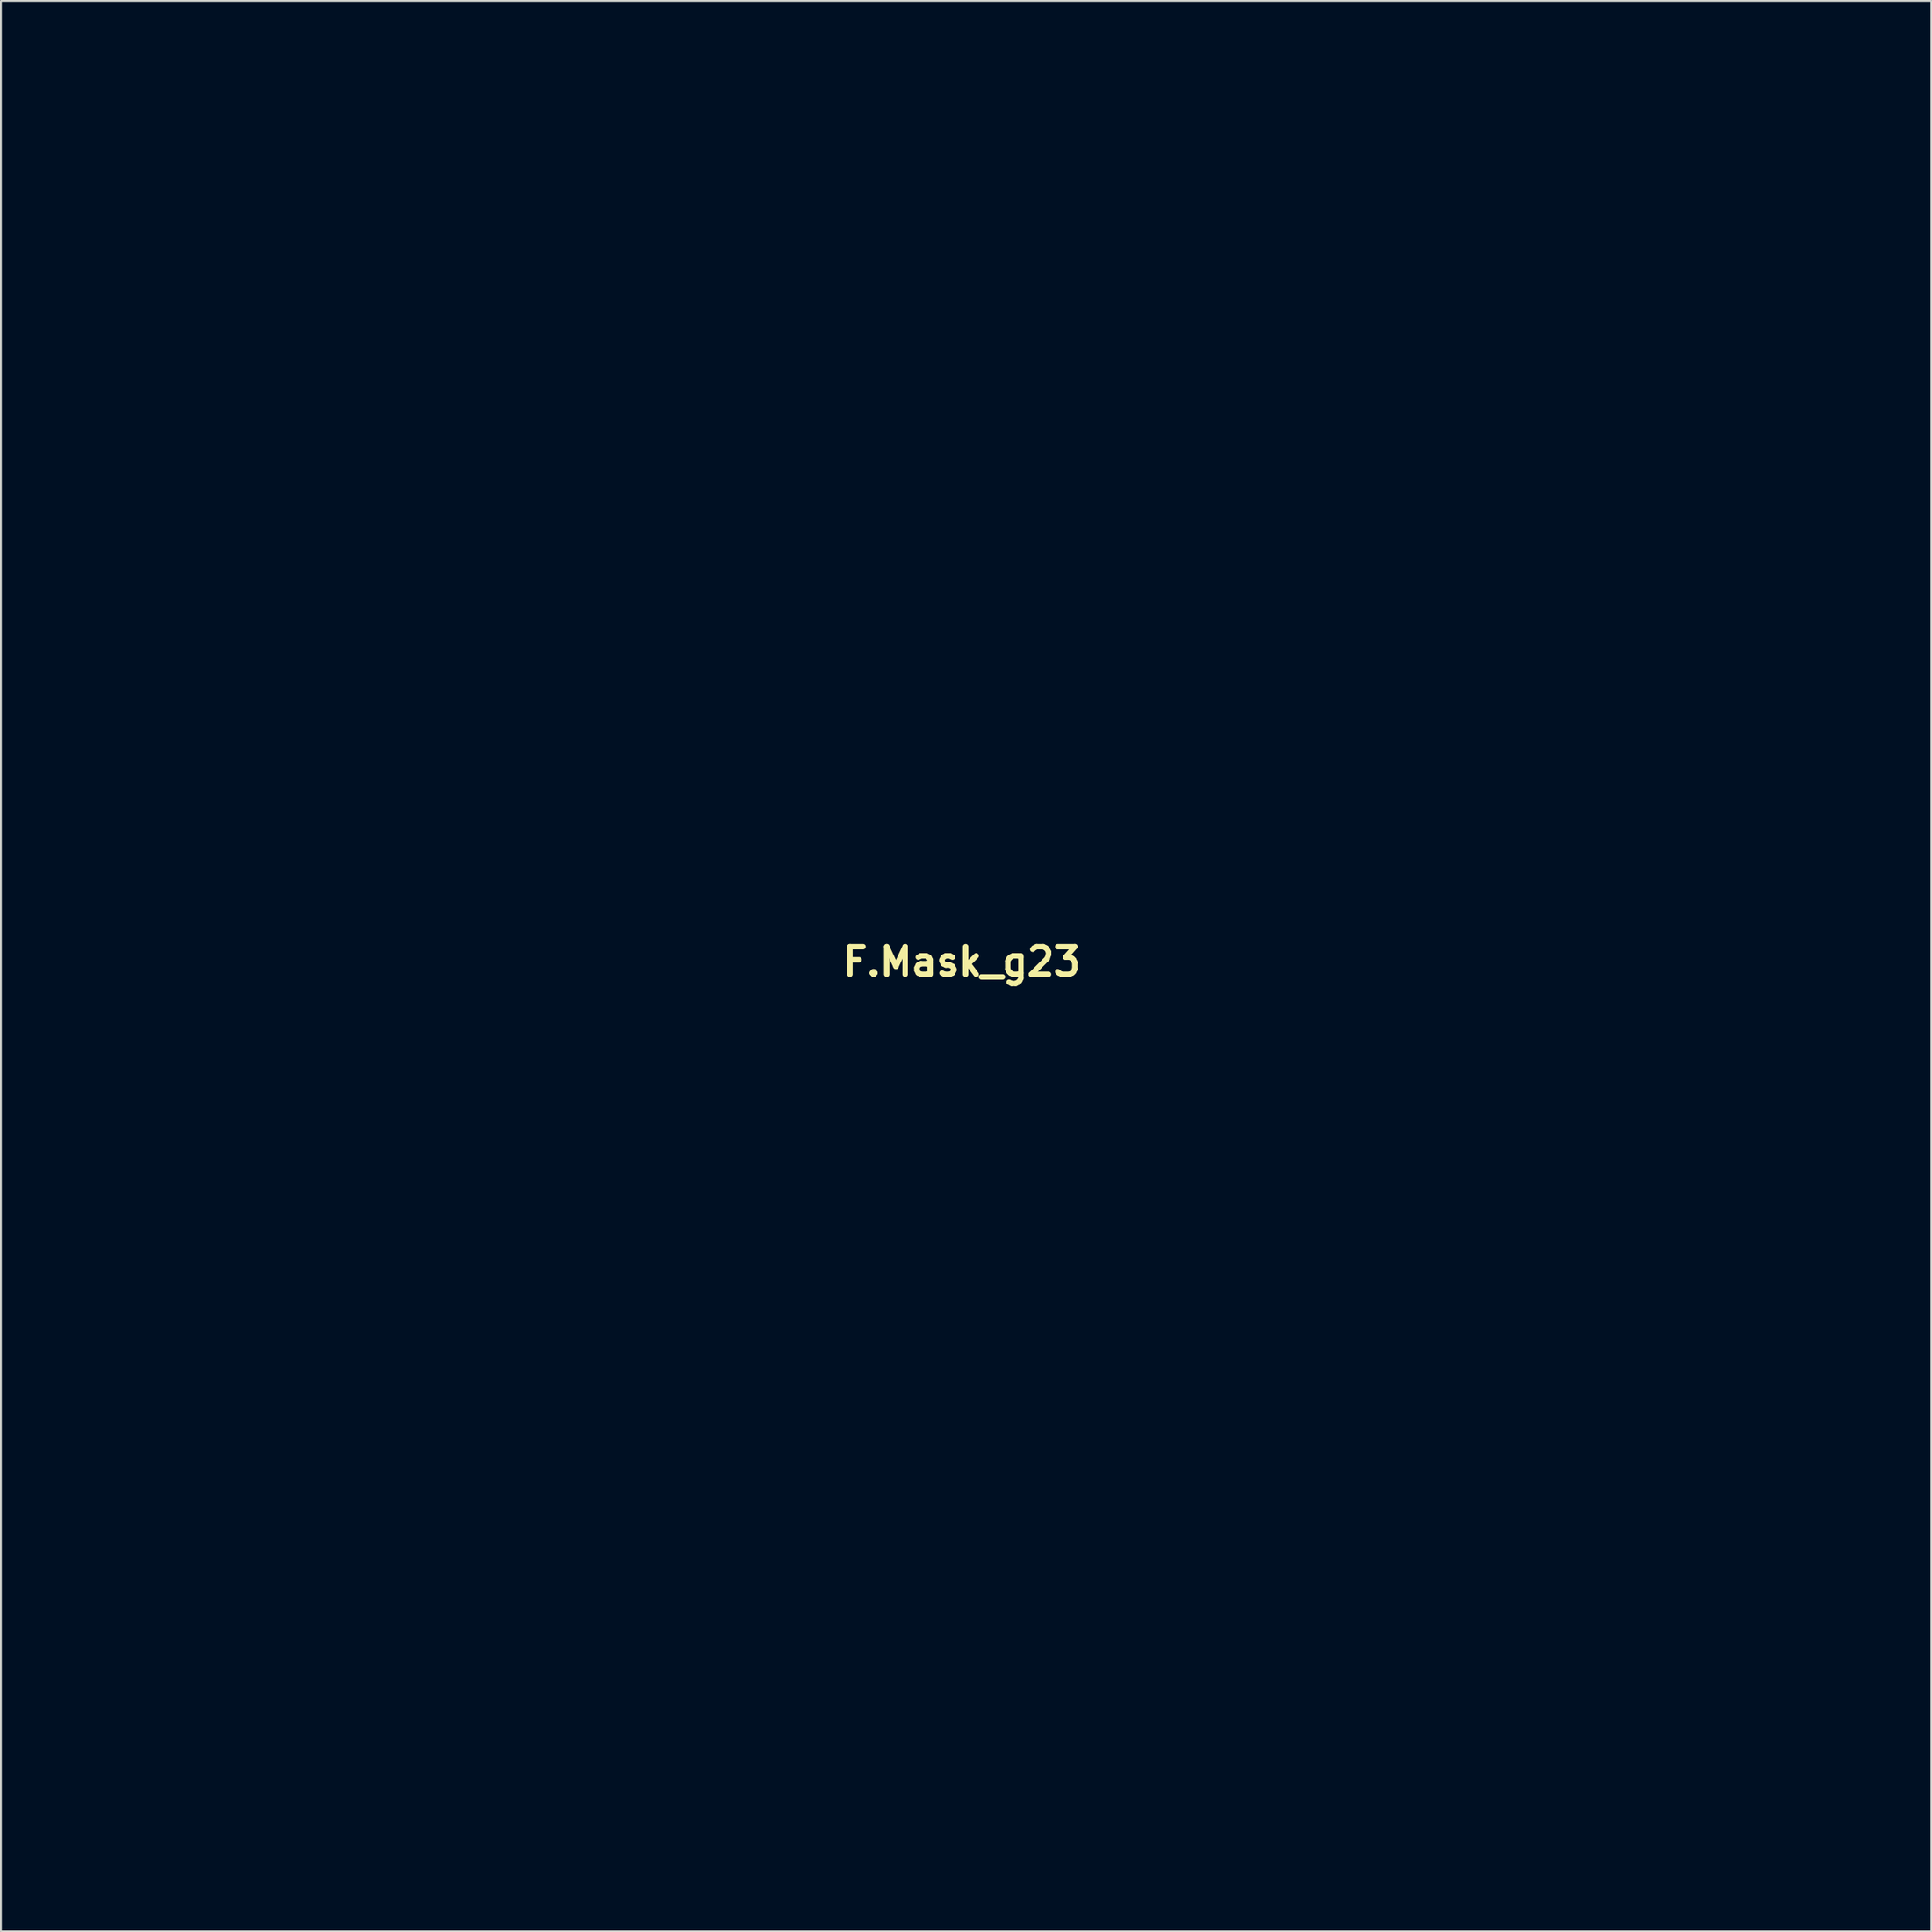
<source format=kicad_pcb>
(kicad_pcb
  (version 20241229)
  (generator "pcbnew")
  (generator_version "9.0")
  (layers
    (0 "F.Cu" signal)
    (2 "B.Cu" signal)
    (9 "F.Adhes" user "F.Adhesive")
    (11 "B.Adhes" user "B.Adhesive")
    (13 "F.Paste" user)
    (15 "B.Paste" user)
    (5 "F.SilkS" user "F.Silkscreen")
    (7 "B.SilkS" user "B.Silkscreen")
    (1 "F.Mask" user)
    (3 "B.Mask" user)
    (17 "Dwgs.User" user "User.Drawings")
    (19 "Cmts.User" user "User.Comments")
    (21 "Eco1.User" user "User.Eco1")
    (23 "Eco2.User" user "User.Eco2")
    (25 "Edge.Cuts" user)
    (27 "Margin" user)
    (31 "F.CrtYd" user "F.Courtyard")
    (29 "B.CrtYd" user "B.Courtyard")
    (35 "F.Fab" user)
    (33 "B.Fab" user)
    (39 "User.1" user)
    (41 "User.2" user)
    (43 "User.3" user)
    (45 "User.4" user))
  (footprint "F.Mask_g23"
    (layer "F.Cu")
    (at 50.015 50.019)
    (property "Reference" "F.Mask_g23" (at 0 0 0) (layer "F.SilkS") (effects (font (size 1.524 1.524) (thickness 0.3))))
    (attr through_hole)
    (fp_poly (pts (xy 10.111 -15.165) (xy 10.38 -14.652) (xy 10.622 -14.13) (xy 10.834 -13.605) (xy 11.017 -13.081) (xy 11.167 -12.564) (xy 11.283 -12.058) (xy 11.356 -11.62) (xy 11.376 -11.441) (xy 11.391 -11.236) (xy 11.4 -11.019) (xy 11.405 -10.802) (xy 11.403 -10.597) (xy 11.395 -10.416) (xy 11.389 -10.351) (xy 11.331 -9.926) (xy 11.24 -9.527) (xy 11.114 -9.15) (xy 10.953 -8.794) (xy 10.754 -8.454) (xy 10.518 -8.13) (xy 10.242 -7.818) (xy 10.157 -7.732) (xy 9.786 -7.393) (xy 9.398 -7.094) (xy 8.992 -6.832) (xy 8.567 -6.609) (xy 8.124 -6.424) (xy 7.663 -6.276) (xy 7.182 -6.167) (xy 6.773 -6.106) (xy 6.68 -6.098) (xy 6.555 -6.091) (xy 6.406 -6.085) (xy 6.242 -6.081) (xy 6.072 -6.078) (xy 5.904 -6.077) (xy 5.746 -6.078) (xy 5.608 -6.081) (xy 5.497 -6.085) (xy 5.44 -6.089) (xy 4.813 -6.176) (xy 4.2 -6.301) (xy 3.598 -6.466) (xy 3.005 -6.671) (xy 2.417 -6.917) (xy 2.145 -7.046) (xy 1.815 -7.208) (xy 5.899 -11.302) (xy 9.982 -15.396) (xy 10.111 -15.165)) (stroke (width 0.01) (type solid)) (fill yes) (layer "F.Mask"))
    (fp_poly (pts (xy -7.241 2.474) (xy -7.211 2.523) (xy -7.17 2.601) (xy -7.119 2.702) (xy -7.062 2.821) (xy -7.001 2.953) (xy -6.938 3.091) (xy -6.877 3.233) (xy -6.819 3.371) (xy -6.796 3.425) (xy -6.615 3.907) (xy -6.458 4.397) (xy -6.326 4.887) (xy -6.222 5.37) (xy -6.147 5.839) (xy -6.115 6.121) (xy -6.105 6.271) (xy -6.1 6.449) (xy -6.099 6.645) (xy -6.101 6.85) (xy -6.108 7.054) (xy -6.117 7.247) (xy -6.13 7.419) (xy -6.146 7.56) (xy -6.148 7.578) (xy -6.237 8.031) (xy -6.364 8.465) (xy -6.529 8.881) (xy -6.731 9.277) (xy -6.97 9.652) (xy -7.246 10.007) (xy -7.559 10.34) (xy -7.591 10.372) (xy -7.967 10.704) (xy -8.361 10.999) (xy -8.774 11.255) (xy -9.205 11.473) (xy -9.654 11.653) (xy -10.12 11.795) (xy -10.604 11.898) (xy -11.106 11.963) (xy -11.624 11.989) (xy -12.118 11.979) (xy -12.653 11.932) (xy -13.204 11.846) (xy -13.771 11.721) (xy -13.843 11.703) (xy -13.993 11.662) (xy -14.153 11.616) (xy -14.319 11.565) (xy -14.485 11.511) (xy -14.647 11.456) (xy -14.8 11.403) (xy -14.938 11.352) (xy -15.057 11.305) (xy -15.151 11.264) (xy -15.217 11.232) (xy -15.249 11.209) (xy -15.251 11.204) (xy -15.237 11.187) (xy -15.195 11.14) (xy -15.128 11.065) (xy -15.037 10.963) (xy -14.922 10.837) (xy -14.786 10.687) (xy -14.63 10.514) (xy -14.454 10.322) (xy -14.262 10.11) (xy -14.053 9.881) (xy -13.83 9.636) (xy -13.593 9.376) (xy -13.345 9.104) (xy -13.086 8.82) (xy -12.819 8.527) (xy -12.543 8.225) (xy -12.261 7.916) (xy -11.975 7.602) (xy -11.685 7.285) (xy -11.393 6.965) (xy -11.1 6.645) (xy -10.808 6.326) (xy -10.518 6.009) (xy -10.232 5.696) (xy -9.95 5.388) (xy -9.675 5.088) (xy -9.408 4.796) (xy -9.149 4.514) (xy -8.902 4.243) (xy -8.666 3.986) (xy -8.443 3.743) (xy -8.235 3.517) (xy -8.044 3.308) (xy -7.869 3.119) (xy -7.714 2.95) (xy -7.579 2.803) (xy -7.466 2.681) (xy -7.375 2.583) (xy -7.31 2.513) (xy -7.27 2.471) (xy -7.257 2.459) (xy -7.241 2.474)) (stroke (width 0.01) (type solid)) (fill yes) (layer "F.Mask"))
    (fp_poly (pts (xy -18.385 -50.014) (xy -16.99 -50.014) (xy -15.555 -50.014) (xy -14.081 -50.014) (xy -12.566 -50.014) (xy -11.012 -50.014) (xy -9.417 -50.014) (xy -7.782 -50.014) (xy -6.105 -50.013) (xy -4.387 -50.013) (xy -2.628 -50.013) (xy -0.827 -50.013) (xy 0.497 -50.013) (xy 2.175 -50.012) (xy 3.812 -50.012) (xy 5.407 -50.012) (xy 6.961 -50.012) (xy 8.475 -50.011) (xy 9.949 -50.011) (xy 11.384 -50.011) (xy 12.781 -50.011) (xy 14.139 -50.011) (xy 15.46 -50.01) (xy 16.744 -50.01) (xy 17.991 -50.01) (xy 19.203 -50.01) (xy 20.379 -50.009) (xy 21.52 -50.009) (xy 22.626 -50.009) (xy 23.699 -50.009) (xy 24.738 -50.009) (xy 25.745 -50.008) (xy 26.72 -50.008) (xy 27.662 -50.008) (xy 28.574 -50.008) (xy 29.454 -50.007) (xy 30.305 -50.007) (xy 31.126 -50.007) (xy 31.918 -50.006) (xy 32.682 -50.006) (xy 33.417 -50.006) (xy 34.125 -50.005) (xy 34.806 -50.005) (xy 35.46 -50.005) (xy 36.089 -50.004) (xy 36.692 -50.004) (xy 37.271 -50.004) (xy 37.825 -50.003) (xy 38.355 -50.003) (xy 38.862 -50.002) (xy 39.347 -50.002) (xy 39.809 -50.002) (xy 40.249 -50.001) (xy 40.669 -50.001) (xy 41.068 -50) (xy 41.446 -50) (xy 41.806 -49.999) (xy 42.146 -49.999) (xy 42.468 -49.998) (xy 42.771 -49.997) (xy 43.058 -49.997) (xy 43.327 -49.996) (xy 43.58 -49.996) (xy 43.818 -49.995) (xy 44.04 -49.994) (xy 44.247 -49.993) (xy 44.44 -49.993) (xy 44.619 -49.992) (xy 44.785 -49.991) (xy 44.939 -49.99) (xy 45.08 -49.989) (xy 45.21 -49.989) (xy 45.329 -49.988) (xy 45.437 -49.987) (xy 45.535 -49.986) (xy 45.624 -49.985) (xy 45.703 -49.984) (xy 45.775 -49.983) (xy 45.838 -49.982) (xy 45.895 -49.981) (xy 45.944 -49.98) (xy 45.987 -49.978) (xy 46.024 -49.977) (xy 46.056 -49.976) (xy 46.084 -49.975) (xy 46.107 -49.974) (xy 46.127 -49.972) (xy 46.143 -49.971) (xy 46.157 -49.969) (xy 46.169 -49.968) (xy 46.175 -49.967) (xy 46.634 -49.882) (xy 47.077 -49.759) (xy 47.501 -49.6) (xy 47.905 -49.406) (xy 48.287 -49.178) (xy 48.645 -48.917) (xy 48.977 -48.625) (xy 49.283 -48.303) (xy 49.559 -47.952) (xy 49.804 -47.574) (xy 49.985 -47.237) (xy 50.146 -46.873) (xy 50.276 -46.502) (xy 50.376 -46.116) (xy 50.451 -45.705) (xy 50.465 -45.604) (xy 50.466 -45.574) (xy 50.467 -45.503) (xy 50.468 -45.391) (xy 50.469 -45.239) (xy 50.47 -45.048) (xy 50.471 -44.818) (xy 50.472 -44.551) (xy 50.473 -44.246) (xy 50.474 -43.905) (xy 50.475 -43.528) (xy 50.476 -43.116) (xy 50.477 -42.67) (xy 50.478 -42.191) (xy 50.479 -41.679) (xy 50.48 -41.136) (xy 50.48 -40.561) (xy 50.481 -39.956) (xy 50.482 -39.321) (xy 50.483 -38.657) (xy 50.483 -37.965) (xy 50.484 -37.246) (xy 50.485 -36.5) (xy 50.485 -35.728) (xy 50.486 -34.931) (xy 50.487 -34.11) (xy 50.487 -33.265) (xy 50.488 -32.397) (xy 50.488 -31.506) (xy 50.489 -30.595) (xy 50.489 -29.662) (xy 50.49 -28.71) (xy 50.49 -27.739) (xy 50.491 -26.749) (xy 50.491 -25.741) (xy 50.492 -24.717) (xy 50.492 -23.676) (xy 50.493 -22.62) (xy 50.493 -21.549) (xy 50.493 -20.464) (xy 50.494 -19.366) (xy 50.494 -18.255) (xy 50.494 -17.133) (xy 50.495 -16) (xy 50.495 -14.856) (xy 50.495 -13.703) (xy 50.495 -12.541) (xy 50.495 -11.372) (xy 50.496 -10.195) (xy 50.496 -9.011) (xy 50.496 -7.822) (xy 50.496 -6.628) (xy 50.496 -5.429) (xy 50.496 -4.227) (xy 50.496 -3.022) (xy 50.496 -1.815) (xy 50.496 -0.607) (xy 50.496 0.601) (xy 50.496 1.81) (xy 50.496 3.017) (xy 50.496 4.223) (xy 50.496 5.426) (xy 50.496 6.626) (xy 50.496 7.822) (xy 50.496 9.014) (xy 50.496 10.2) (xy 50.495 11.38) (xy 50.495 12.552) (xy 50.495 13.718) (xy 50.495 14.874) (xy 50.495 16.022) (xy 50.494 17.16) (xy 50.494 18.287) (xy 50.494 19.402) (xy 50.493 20.506) (xy 50.493 21.596) (xy 50.493 22.673) (xy 50.492 23.735) (xy 50.492 24.783) (xy 50.491 25.814) (xy 50.491 26.829) (xy 50.491 27.826) (xy 50.49 28.805) (xy 50.49 29.766) (xy 50.489 30.706) (xy 50.489 31.627) (xy 50.488 32.526) (xy 50.487 33.403) (xy 50.487 34.258) (xy 50.486 35.089) (xy 50.486 35.897) (xy 50.485 36.679) (xy 50.484 37.436) (xy 50.484 38.166) (xy 50.483 38.87) (xy 50.482 39.545) (xy 50.481 40.192) (xy 50.481 40.81) (xy 50.48 41.398) (xy 50.479 41.954) (xy 50.478 42.479) (xy 50.477 42.972) (xy 50.476 43.432) (xy 50.475 43.858) (xy 50.475 44.249) (xy 50.474 44.606) (xy 50.473 44.926) (xy 50.472 45.209) (xy 50.471 45.455) (xy 50.47 45.662) (xy 50.469 45.83) (xy 50.468 45.959) (xy 50.467 46.047) (xy 50.466 46.094) (xy 50.465 46.101) (xy 50.387 46.56) (xy 50.271 47.003) (xy 50.118 47.429) (xy 49.93 47.836) (xy 49.708 48.221) (xy 49.454 48.583) (xy 49.168 48.921) (xy 48.851 49.231) (xy 48.507 49.513) (xy 48.134 49.765) (xy 47.779 49.962) (xy 47.426 50.124) (xy 47.067 50.255) (xy 46.693 50.36) (xy 46.294 50.441) (xy 46.205 50.455) (xy 46.195 50.456) (xy 46.182 50.458) (xy 46.166 50.459) (xy 46.147 50.46) (xy 46.124 50.461) (xy 46.096 50.463) (xy 46.062 50.464) (xy 46.024 50.465) (xy 45.978 50.466) (xy 45.927 50.467) (xy 45.867 50.468) (xy 45.801 50.469) (xy 45.725 50.47) (xy 45.641 50.471) (xy 45.548 50.472) (xy 45.444 50.473) (xy 45.33 50.474) (xy 45.206 50.475) (xy 45.069 50.476) (xy 44.921 50.476) (xy 44.76 50.477) (xy 44.586 50.478) (xy 44.399 50.479) (xy 44.197 50.479) (xy 43.98 50.48) (xy 43.749 50.481) (xy 43.502 50.481) (xy 43.238 50.482) (xy 42.958 50.483) (xy 42.66 50.483) (xy 42.345 50.484) (xy 42.011 50.484) (xy 41.658 50.485) (xy 41.286 50.485) (xy 40.894 50.486) (xy 40.482 50.486) (xy 40.048 50.487) (xy 39.593 50.487) (xy 39.116 50.488) (xy 38.617 50.488) (xy 38.094 50.488) (xy 37.548 50.489) (xy 36.977 50.489) (xy 36.382 50.489) (xy 35.762 50.49) (xy 35.116 50.49) (xy 34.443 50.49) (xy 33.744 50.491) (xy 33.018 50.491) (xy 32.263 50.491) (xy 31.48 50.491) (xy 30.669 50.492) (xy 29.828 50.492) (xy 28.957 50.492) (xy 28.055 50.492) (xy 27.123 50.492) (xy 26.159 50.493) (xy 25.162 50.493) (xy 24.134 50.493) (xy 23.072 50.493) (xy 21.976 50.493) (xy 20.846 50.493) (xy 19.682 50.493) (xy 18.482 50.494) (xy 17.247 50.494) (xy 15.975 50.494) (xy 14.667 50.494) (xy 13.321 50.494) (xy 11.937 50.494) (xy 10.515 50.494) (xy 9.054 50.494) (xy 7.553 50.494) (xy 6.013 50.495) (xy 4.432 50.495) (xy 2.809 50.495) (xy 1.146 50.495) (xy 0.381 50.495) (xy -1.01 50.495) (xy -2.391 50.495) (xy -3.762 50.495) (xy -5.121 50.495) (xy -6.469 50.495) (xy -7.805 50.495) (xy -9.127 50.495) (xy -10.437 50.495) (xy -11.732 50.495) (xy -13.012 50.495) (xy -14.277 50.495) (xy -15.526 50.495) (xy -16.758 50.495) (xy -17.973 50.495) (xy -19.171 50.495) (xy -20.35 50.494) (xy -21.509 50.494) (xy -22.65 50.494) (xy -23.77 50.494) (xy -24.869 50.494) (xy -25.946 50.493) (xy -27.001 50.493) (xy -28.034 50.493) (xy -29.043 50.493) (xy -30.029 50.493) (xy -30.989 50.492) (xy -31.925 50.492) (xy -32.835 50.492) (xy -33.718 50.491) (xy -34.574 50.491) (xy -35.403 50.491) (xy -36.203 50.491) (xy -36.975 50.49) (xy -37.717 50.49) (xy -38.429 50.489) (xy -39.11 50.489) (xy -39.76 50.489) (xy -40.377 50.488) (xy -40.963 50.488) (xy -41.515 50.488) (xy -42.033 50.487) (xy -42.517 50.487) (xy -42.966 50.486) (xy -43.379 50.486) (xy -43.756 50.485) (xy -44.096 50.485) (xy -44.399 50.485) (xy -44.663 50.484) (xy -44.889 50.484) (xy -45.076 50.483) (xy -45.222 50.483) (xy -45.328 50.482) (xy -45.393 50.482) (xy -45.415 50.481) (xy -45.869 50.426) (xy -46.311 50.331) (xy -46.738 50.198) (xy -47.149 50.028) (xy -47.542 49.824) (xy -47.914 49.586) (xy -48.263 49.316) (xy -48.587 49.015) (xy -48.884 48.685) (xy -49.151 48.327) (xy -49.386 47.943) (xy -49.432 47.858) (xy -49.605 47.495) (xy -49.746 47.123) (xy -49.857 46.736) (xy -49.94 46.326) (xy -49.979 46.059) (xy -49.98 46.029) (xy -49.981 45.957) (xy -49.982 45.845) (xy -49.983 45.692) (xy -49.984 45.5) (xy -49.985 45.27) (xy -49.986 45.002) (xy -49.987 44.696) (xy -49.988 44.355) (xy -49.989 43.977) (xy -49.99 43.565) (xy -49.991 43.119) (xy -49.991 42.639) (xy -49.992 42.127) (xy -49.993 41.583) (xy -49.994 41.007) (xy -49.995 40.402) (xy -49.995 39.766) (xy -49.996 39.102) (xy -49.997 38.41) (xy -49.998 37.69) (xy -49.998 36.944) (xy -49.999 36.172) (xy -49.999 35.374) (xy -50 34.552) (xy -50.001 33.707) (xy -50.001 32.838) (xy -50.002 31.948) (xy -50.002 31.036) (xy -50.003 30.103) (xy -50.003 29.151) (xy -50.004 28.179) (xy -50.004 27.189) (xy -50.005 26.181) (xy -50.005 25.156) (xy -50.006 24.115) (xy -50.006 23.059) (xy -50.006 21.988) (xy -50.007 20.903) (xy -50.007 19.805) (xy -50.007 18.694) (xy -50.008 17.572) (xy -50.008 16.438) (xy -50.008 15.295) (xy -50.008 14.142) (xy -50.009 12.98) (xy -50.009 11.811) (xy -50.009 10.634) (xy -50.009 9.45) (xy -50.009 8.261) (xy -50.009 7.067) (xy -50.009 5.869) (xy -50.009 4.667) (xy -50.009 3.463) (xy -50.01 2.256) (xy -50.01 1.048) (xy -50.01 -0.16) (xy -50.009 -1.368) (xy -50.009 -1.828) (xy -47.985 -1.828) (xy -47.985 -0.15) (xy -47.985 0.242) (xy -47.985 1.937) (xy -47.985 3.59) (xy -47.985 5.202) (xy -47.985 6.773) (xy -47.985 8.304) (xy -47.985 9.795) (xy -47.985 11.247) (xy -47.985 12.66) (xy -47.985 14.035) (xy -47.984 15.372) (xy -47.984 16.672) (xy -47.984 17.935) (xy -47.984 19.162) (xy -47.984 20.354) (xy -47.984 21.51) (xy -47.984 22.632) (xy -47.984 23.719) (xy -47.984 24.773) (xy -47.984 25.794) (xy -47.983 26.782) (xy -47.983 27.739) (xy -47.983 28.663) (xy -47.983 29.557) (xy -47.983 30.42) (xy -47.982 31.253) (xy -47.982 32.057) (xy -47.982 32.832) (xy -47.982 33.578) (xy -47.981 34.296) (xy -47.981 34.987) (xy -47.981 35.651) (xy -47.981 36.289) (xy -47.98 36.9) (xy -47.98 37.487) (xy -47.979 38.048) (xy -47.979 38.585) (xy -47.979 39.098) (xy -47.978 39.588) (xy -47.978 40.055) (xy -47.977 40.5) (xy -47.977 40.923) (xy -47.976 41.325) (xy -47.976 41.706) (xy -47.975 42.067) (xy -47.975 42.408) (xy -47.974 42.73) (xy -47.974 43.033) (xy -47.973 43.318) (xy -47.972 43.585) (xy -47.972 43.835) (xy -47.971 44.068) (xy -47.97 44.286) (xy -47.97 44.488) (xy -47.969 44.674) (xy -47.968 44.846) (xy -47.967 45.004) (xy -47.967 45.149) (xy -47.966 45.28) (xy -47.965 45.399) (xy -47.964 45.506) (xy -47.963 45.601) (xy -47.962 45.685) (xy -47.961 45.759) (xy -47.96 45.823) (xy -47.959 45.877) (xy -47.958 45.923) (xy -47.957 45.96) (xy -47.956 45.989) (xy -47.955 46.011) (xy -47.954 46.026) (xy -47.953 46.032) (xy -47.899 46.284) (xy -47.819 46.542) (xy -47.719 46.791) (xy -47.604 47.015) (xy -47.588 47.042) (xy -47.392 47.329) (xy -47.166 47.59) (xy -46.913 47.821) (xy -46.637 48.021) (xy -46.342 48.187) (xy -46.029 48.318) (xy -45.703 48.412) (xy -45.367 48.466) (xy -45.322 48.47) (xy -45.295 48.47) (xy -45.226 48.471) (xy -45.116 48.471) (xy -44.965 48.472) (xy -44.775 48.472) (xy -44.545 48.473) (xy -44.276 48.473) (xy -43.97 48.474) (xy -43.626 48.474) (xy -43.245 48.475) (xy -42.828 48.475) (xy -42.376 48.476) (xy -41.889 48.476) (xy -41.367 48.477) (xy -40.811 48.477) (xy -40.223 48.477) (xy -39.602 48.478) (xy -38.949 48.478) (xy -38.264 48.478) (xy -37.55 48.479) (xy -36.805 48.479) (xy -36.03 48.48) (xy -35.227 48.48) (xy -34.396 48.48) (xy -33.537 48.48) (xy -32.651 48.481) (xy -31.739 48.481) (xy -30.801 48.481) (xy -29.838 48.482) (xy -28.85 48.482) (xy -27.839 48.482) (xy -26.804 48.482) (xy -25.747 48.483) (xy -24.668 48.483) (xy -23.567 48.483) (xy -22.445 48.483) (xy -21.303 48.483) (xy -20.142 48.483) (xy -18.961 48.484) (xy -17.763 48.484) (xy -16.546 48.484) (xy -15.313 48.484) (xy -14.063 48.484) (xy -12.797 48.484) (xy -11.515 48.484) (xy -10.219 48.484) (xy -8.909 48.484) (xy -7.586 48.484) (xy -6.25 48.484) (xy -4.901 48.484) (xy -3.541 48.484) (xy -2.17 48.484) (xy -0.789 48.484) (xy 0.381 48.484) (xy 2.062 48.484) (xy 3.702 48.484) (xy 5.3 48.484) (xy 6.858 48.483) (xy 8.375 48.483) (xy 9.853 48.483) (xy 11.291 48.483) (xy 12.691 48.483) (xy 14.053 48.483) (xy 15.377 48.483) (xy 16.664 48.483) (xy 17.915 48.482) (xy 19.129 48.482) (xy 20.308 48.482) (xy 21.452 48.482) (xy 22.562 48.482) (xy 23.638 48.482) (xy 24.68 48.481) (xy 25.689 48.481) (xy 26.667 48.481) (xy 27.612 48.481) (xy 28.526 48.481) (xy 29.409 48.481) (xy 30.263 48.48) (xy 31.086 48.48) (xy 31.88 48.48) (xy 32.646 48.48) (xy 33.384 48.479) (xy 34.094 48.479) (xy 34.777 48.479) (xy 35.433 48.478) (xy 36.063 48.478) (xy 36.668 48.478) (xy 37.248 48.477) (xy 37.804 48.477) (xy 38.335 48.477) (xy 38.844 48.476) (xy 39.329 48.476) (xy 39.792 48.476) (xy 40.234 48.475) (xy 40.654 48.475) (xy 41.053 48.474) (xy 41.432 48.474) (xy 41.792 48.473) (xy 42.132 48.473) (xy 42.454 48.472) (xy 42.758 48.471) (xy 43.044 48.471) (xy 43.313 48.47) (xy 43.565 48.47) (xy 43.802 48.469) (xy 44.023 48.468) (xy 44.229 48.468) (xy 44.42 48.467) (xy 44.598 48.466) (xy 44.763 48.465) (xy 44.914 48.465) (xy 45.054 48.464) (xy 45.181 48.463) (xy 45.298 48.462) (xy 45.403 48.461) (xy 45.499 48.46) (xy 45.584 48.459) (xy 45.661 48.458) (xy 45.729 48.457) (xy 45.789 48.456) (xy 45.841 48.455) (xy 45.886 48.454) (xy 45.925 48.453) (xy 45.958 48.452) (xy 45.985 48.45) (xy 46.008 48.449) (xy 46.026 48.448) (xy 46.04 48.447) (xy 46.051 48.445) (xy 46.059 48.444) (xy 46.059 48.444) (xy 46.415 48.352) (xy 46.749 48.225) (xy 47.059 48.066) (xy 47.343 47.875) (xy 47.599 47.653) (xy 47.772 47.467) (xy 47.979 47.195) (xy 48.149 46.91) (xy 48.287 46.606) (xy 48.392 46.278) (xy 48.444 46.059) (xy 48.445 46.051) (xy 48.447 46.04) (xy 48.448 46.026) (xy 48.449 46.008) (xy 48.45 45.985) (xy 48.452 45.958) (xy 48.453 45.925) (xy 48.454 45.886) (xy 48.455 45.841) (xy 48.456 45.789) (xy 48.457 45.729) (xy 48.458 45.661) (xy 48.459 45.584) (xy 48.46 45.498) (xy 48.461 45.403) (xy 48.462 45.297) (xy 48.463 45.181) (xy 48.464 45.053) (xy 48.465 44.913) (xy 48.465 44.762) (xy 48.466 44.597) (xy 48.467 44.419) (xy 48.468 44.227) (xy 48.468 44.021) (xy 48.469 43.8) (xy 48.47 43.563) (xy 48.47 43.31) (xy 48.471 43.041) (xy 48.472 42.754) (xy 48.472 42.45) (xy 48.473 42.128) (xy 48.473 41.788) (xy 48.474 41.428) (xy 48.475 41.048) (xy 48.475 40.648) (xy 48.476 40.228) (xy 48.476 39.786) (xy 48.477 39.322) (xy 48.477 38.836) (xy 48.477 38.328) (xy 48.478 37.795) (xy 48.478 37.239) (xy 48.479 36.659) (xy 48.479 36.053) (xy 48.479 35.422) (xy 48.48 34.765) (xy 48.48 34.081) (xy 48.48 33.371) (xy 48.481 32.632) (xy 48.481 31.866) (xy 48.481 31.071) (xy 48.482 30.246) (xy 48.482 29.392) (xy 48.482 28.508) (xy 48.483 27.593) (xy 48.483 26.647) (xy 48.483 25.669) (xy 48.483 24.658) (xy 48.484 23.615) (xy 48.484 22.538) (xy 48.484 21.427) (xy 48.484 20.282) (xy 48.485 19.102) (xy 48.485 17.886) (xy 48.485 16.634) (xy 48.485 15.346) (xy 48.486 14.02) (xy 48.486 12.657) (xy 48.486 11.256) (xy 48.486 9.816) (xy 48.487 8.337) (xy 48.487 6.818) (xy 48.487 5.259) (xy 48.487 3.659) (xy 48.488 2.018) (xy 48.488 0.466) (xy 48.488 -1.418) (xy 48.488 -3.26) (xy 48.489 -5.06) (xy 48.489 -6.818) (xy 48.489 -8.534) (xy 48.489 -10.209) (xy 48.489 -11.842) (xy 48.489 -13.435) (xy 48.489 -14.986) (xy 48.49 -16.496) (xy 48.49 -17.966) (xy 48.49 -19.395) (xy 48.49 -20.783) (xy 48.49 -22.132) (xy 48.49 -23.44) (xy 48.489 -24.708) (xy 48.489 -25.937) (xy 48.489 -27.126) (xy 48.489 -28.276) (xy 48.489 -29.386) (xy 48.489 -30.457) (xy 48.489 -31.49) (xy 48.488 -32.483) (xy 48.488 -33.438) (xy 48.488 -34.355) (xy 48.487 -35.233) (xy 48.487 -36.073) (xy 48.487 -36.875) (xy 48.486 -37.64) (xy 48.486 -38.366) (xy 48.485 -39.056) (xy 48.485 -39.708) (xy 48.484 -40.322) (xy 48.484 -40.9) (xy 48.483 -41.441) (xy 48.483 -41.945) (xy 48.482 -42.413) (xy 48.482 -42.844) (xy 48.481 -43.24) (xy 48.48 -43.599) (xy 48.48 -43.922) (xy 48.479 -44.21) (xy 48.478 -44.462) (xy 48.477 -44.678) (xy 48.477 -44.86) (xy 48.476 -45.006) (xy 48.475 -45.118) (xy 48.474 -45.195) (xy 48.473 -45.237) (xy 48.473 -45.244) (xy 48.428 -45.604) (xy 48.347 -45.941) (xy 48.231 -46.257) (xy 48.077 -46.555) (xy 47.885 -46.836) (xy 47.654 -47.102) (xy 47.481 -47.269) (xy 47.253 -47.451) (xy 46.994 -47.613) (xy 46.713 -47.751) (xy 46.419 -47.86) (xy 46.121 -47.937) (xy 46.032 -47.953) (xy 46.022 -47.954) (xy 46.005 -47.955) (xy 45.981 -47.956) (xy 45.949 -47.957) (xy 45.91 -47.959) (xy 45.861 -47.96) (xy 45.804 -47.961) (xy 45.737 -47.962) (xy 45.66 -47.963) (xy 45.572 -47.963) (xy 45.473 -47.964) (xy 45.363 -47.965) (xy 45.24 -47.966) (xy 45.105 -47.967) (xy 44.956 -47.968) (xy 44.794 -47.968) (xy 44.617 -47.969) (xy 44.426 -47.97) (xy 44.219 -47.971) (xy 43.997 -47.971) (xy 43.758 -47.972) (xy 43.503 -47.973) (xy 43.23 -47.973) (xy 42.94 -47.974) (xy 42.631 -47.974) (xy 42.303 -47.975) (xy 41.956 -47.976) (xy 41.589 -47.976) (xy 41.201 -47.977) (xy 40.793 -47.977) (xy 40.363 -47.978) (xy 39.911 -47.978) (xy 39.437 -47.978) (xy 38.94 -47.979) (xy 38.419 -47.979) (xy 37.875 -47.98) (xy 37.306 -47.98) (xy 36.712 -47.98) (xy 36.092 -47.981) (xy 35.446 -47.981) (xy 34.774 -47.981) (xy 34.074 -47.982) (xy 33.347 -47.982) (xy 32.592 -47.982) (xy 31.808 -47.982) (xy 30.996 -47.982) (xy 30.153 -47.983) (xy 29.28 -47.983) (xy 28.377 -47.983) (xy 27.443 -47.983) (xy 26.476 -47.983) (xy 25.478 -47.984) (xy 24.447 -47.984) (xy 23.382 -47.984) (xy 22.284 -47.984) (xy 21.152 -47.984) (xy 19.984 -47.984) (xy 18.782 -47.984) (xy 17.543 -47.984) (xy 16.269 -47.984) (xy 14.957 -47.984) (xy 13.608 -47.985) (xy 12.221 -47.985) (xy 10.796 -47.985) (xy 9.332 -47.985) (xy 7.829 -47.985) (xy 6.285 -47.985) (xy 4.702 -47.985) (xy 3.077 -47.985) (xy 1.411 -47.985) (xy 0.241 -47.985) (xy -1.454 -47.985) (xy -3.106 -47.985) (xy -4.718 -47.985) (xy -6.288 -47.985) (xy -7.818 -47.985) (xy -9.309 -47.985) (xy -10.76 -47.985) (xy -12.173 -47.985) (xy -13.547 -47.985) (xy -14.884 -47.985) (xy -16.183 -47.984) (xy -17.446 -47.984) (xy -18.673 -47.984) (xy -19.864 -47.984) (xy -21.019 -47.984) (xy -22.141 -47.984) (xy -23.228 -47.984) (xy -24.281 -47.984) (xy -25.302 -47.984) (xy -26.29 -47.983) (xy -27.245 -47.983) (xy -28.17 -47.983) (xy -29.063 -47.983) (xy -29.926 -47.983) (xy -30.759 -47.983) (xy -31.562 -47.982) (xy -32.336 -47.982) (xy -33.082 -47.982) (xy -33.8 -47.982) (xy -34.491 -47.981) (xy -35.154 -47.981) (xy -35.792 -47.981) (xy -36.403 -47.98) (xy -36.989 -47.98) (xy -37.55 -47.98) (xy -38.087 -47.979) (xy -38.6 -47.979) (xy -39.09 -47.978) (xy -39.557 -47.978) (xy -40.001 -47.978) (xy -40.424 -47.977) (xy -40.826 -47.977) (xy -41.207 -47.976) (xy -41.567 -47.976) (xy -41.908 -47.975) (xy -42.23 -47.975) (xy -42.533 -47.974) (xy -42.818 -47.973) (xy -43.086 -47.973) (xy -43.336 -47.972) (xy -43.57 -47.971) (xy -43.787 -47.971) (xy -43.989 -47.97) (xy -44.176 -47.969) (xy -44.348 -47.968) (xy -44.506 -47.968) (xy -44.651 -47.967) (xy -44.782 -47.966) (xy -44.902 -47.965) (xy -45.009 -47.964) (xy -45.105 -47.963) (xy -45.189 -47.962) (xy -45.264 -47.961) (xy -45.328 -47.96) (xy -45.383 -47.959) (xy -45.429 -47.958) (xy -45.467 -47.957) (xy -45.496 -47.956) (xy -45.519 -47.955) (xy -45.534 -47.954) (xy -45.543 -47.953) (xy -45.88 -47.875) (xy -46.202 -47.759) (xy -46.507 -47.608) (xy -46.791 -47.424) (xy -47.052 -47.209) (xy -47.286 -46.966) (xy -47.492 -46.698) (xy -47.665 -46.407) (xy -47.804 -46.094) (xy -47.853 -45.953) (xy -47.887 -45.835) (xy -47.92 -45.703) (xy -47.946 -45.58) (xy -47.951 -45.552) (xy -47.952 -45.543) (xy -47.953 -45.528) (xy -47.955 -45.509) (xy -47.956 -45.484) (xy -47.957 -45.452) (xy -47.958 -45.414) (xy -47.959 -45.368) (xy -47.96 -45.315) (xy -47.961 -45.254) (xy -47.962 -45.183) (xy -47.963 -45.103) (xy -47.964 -45.014) (xy -47.965 -44.914) (xy -47.966 -44.803) (xy -47.967 -44.68) (xy -47.967 -44.546) (xy -47.968 -44.399) (xy -47.969 -44.239) (xy -47.97 -44.066) (xy -47.971 -43.878) (xy -47.971 -43.676) (xy -47.972 -43.459) (xy -47.973 -43.226) (xy -47.973 -42.977) (xy -47.974 -42.712) (xy -47.974 -42.429) (xy -47.975 -42.128) (xy -47.976 -41.81) (xy -47.976 -41.472) (xy -47.977 -41.116) (xy -47.977 -40.739) (xy -47.978 -40.342) (xy -47.978 -39.925) (xy -47.978 -39.486) (xy -47.979 -39.025) (xy -47.979 -38.542) (xy -47.98 -38.035) (xy -47.98 -37.506) (xy -47.98 -36.952) (xy -47.981 -36.374) (xy -47.981 -35.771) (xy -47.981 -35.142) (xy -47.982 -34.488) (xy -47.982 -33.807) (xy -47.982 -33.098) (xy -47.982 -32.362) (xy -47.983 -31.598) (xy -47.983 -30.806) (xy -47.983 -29.984) (xy -47.983 -29.132) (xy -47.983 -28.25) (xy -47.983 -27.338) (xy -47.984 -26.394) (xy -47.984 -25.418) (xy -47.984 -24.41) (xy -47.984 -23.37) (xy -47.984 -22.296) (xy -47.984 -21.188) (xy -47.984 -20.045) (xy -47.984 -18.868) (xy -47.984 -17.655) (xy -47.984 -16.407) (xy -47.985 -15.122) (xy -47.985 -13.8) (xy -47.985 -12.44) (xy -47.985 -11.042) (xy -47.985 -9.606) (xy -47.985 -8.131) (xy -47.985 -6.616) (xy -47.985 -5.061) (xy -47.985 -3.465) (xy -47.985 -1.828) (xy -50.009 -1.828) (xy -50.009 -2.575) (xy -50.009 -3.78) (xy -50.009 -4.983) (xy -50.009 -6.182) (xy -50.009 -7.378) (xy -50.009 -8.568) (xy -50.009 -9.754) (xy -50.009 -10.933) (xy -50.008 -12.105) (xy -50.008 -13.269) (xy -50.008 -14.425) (xy -50.008 -15.572) (xy -50.007 -16.708) (xy -50.007 -17.834) (xy -50.007 -18.949) (xy -50.006 -20.051) (xy -50.006 -21.141) (xy -50.006 -22.216) (xy -50.005 -23.277) (xy -50.005 -24.323) (xy -50.004 -25.354) (xy -50.004 -26.367) (xy -50.003 -27.363) (xy -50.003 -28.341) (xy -50.002 -29.299) (xy -50.002 -30.239) (xy -50.001 -31.157) (xy -50.001 -32.055) (xy -50 -32.931) (xy -50 -33.784) (xy -49.999 -34.613) (xy -49.998 -35.419) (xy -49.998 -36.199) (xy -49.997 -36.954) (xy -49.996 -37.682) (xy -49.996 -38.384) (xy -49.995 -39.057) (xy -49.994 -39.702) (xy -49.993 -40.317) (xy -49.992 -40.902) (xy -49.992 -41.457) (xy -49.991 -41.979) (xy -49.99 -42.47) (xy -49.989 -42.927) (xy -49.988 -43.35) (xy -49.987 -43.739) (xy -49.986 -44.092) (xy -49.985 -44.41) (xy -49.984 -44.69) (xy -49.983 -44.933) (xy -49.982 -45.137) (xy -49.981 -45.303) (xy -49.98 -45.428) (xy -49.979 -45.513) (xy -49.978 -45.556) (xy -49.978 -45.561) (xy -49.906 -46.021) (xy -49.796 -46.465) (xy -49.648 -46.892) (xy -49.465 -47.3) (xy -49.248 -47.688) (xy -48.997 -48.052) (xy -48.714 -48.392) (xy -48.401 -48.706) (xy -48.058 -48.992) (xy -47.687 -49.248) (xy -47.297 -49.467) (xy -46.957 -49.625) (xy -46.616 -49.753) (xy -46.266 -49.853) (xy -45.9 -49.927) (xy -45.51 -49.977) (xy -45.269 -49.996) (xy -45.241 -49.997) (xy -45.184 -49.998) (xy -45.1 -49.999) (xy -44.988 -50) (xy -44.847 -50) (xy -44.677 -50.001) (xy -44.478 -50.002) (xy -44.25 -50.003) (xy -43.992 -50.004) (xy -43.704 -50.004) (xy -43.386 -50.005) (xy -43.038 -50.006) (xy -42.658 -50.006) (xy -42.248 -50.007) (xy -41.806 -50.007) (xy -41.333 -50.008) (xy -40.827 -50.008) (xy -40.29 -50.009) (xy -39.72 -50.009) (xy -39.117 -50.01) (xy -38.481 -50.01) (xy -37.812 -50.011) (xy -37.109 -50.011) (xy -36.372 -50.012) (xy -35.601 -50.012) (xy -34.796 -50.012) (xy -33.956 -50.012) (xy -33.081 -50.013) (xy -32.17 -50.013) (xy -31.224 -50.013) (xy -30.242 -50.013) (xy -29.224 -50.014) (xy -28.169 -50.014) (xy -27.078 -50.014) (xy -25.949 -50.014) (xy -24.784 -50.014) (xy -23.58 -50.014) (xy -22.339 -50.014) (xy -21.06 -50.014) (xy -19.742 -50.014) (xy -18.385 -50.014)) (stroke (width 0.01) (type solid)) (fill yes) (layer "F.Mask")))
  (gr_rect
    (start -3 -3)
    (end 103.516 103.52)
    (stroke (width 0.1) (type default))
    (fill no)
    (layer "Edge.Cuts")))
</source>
